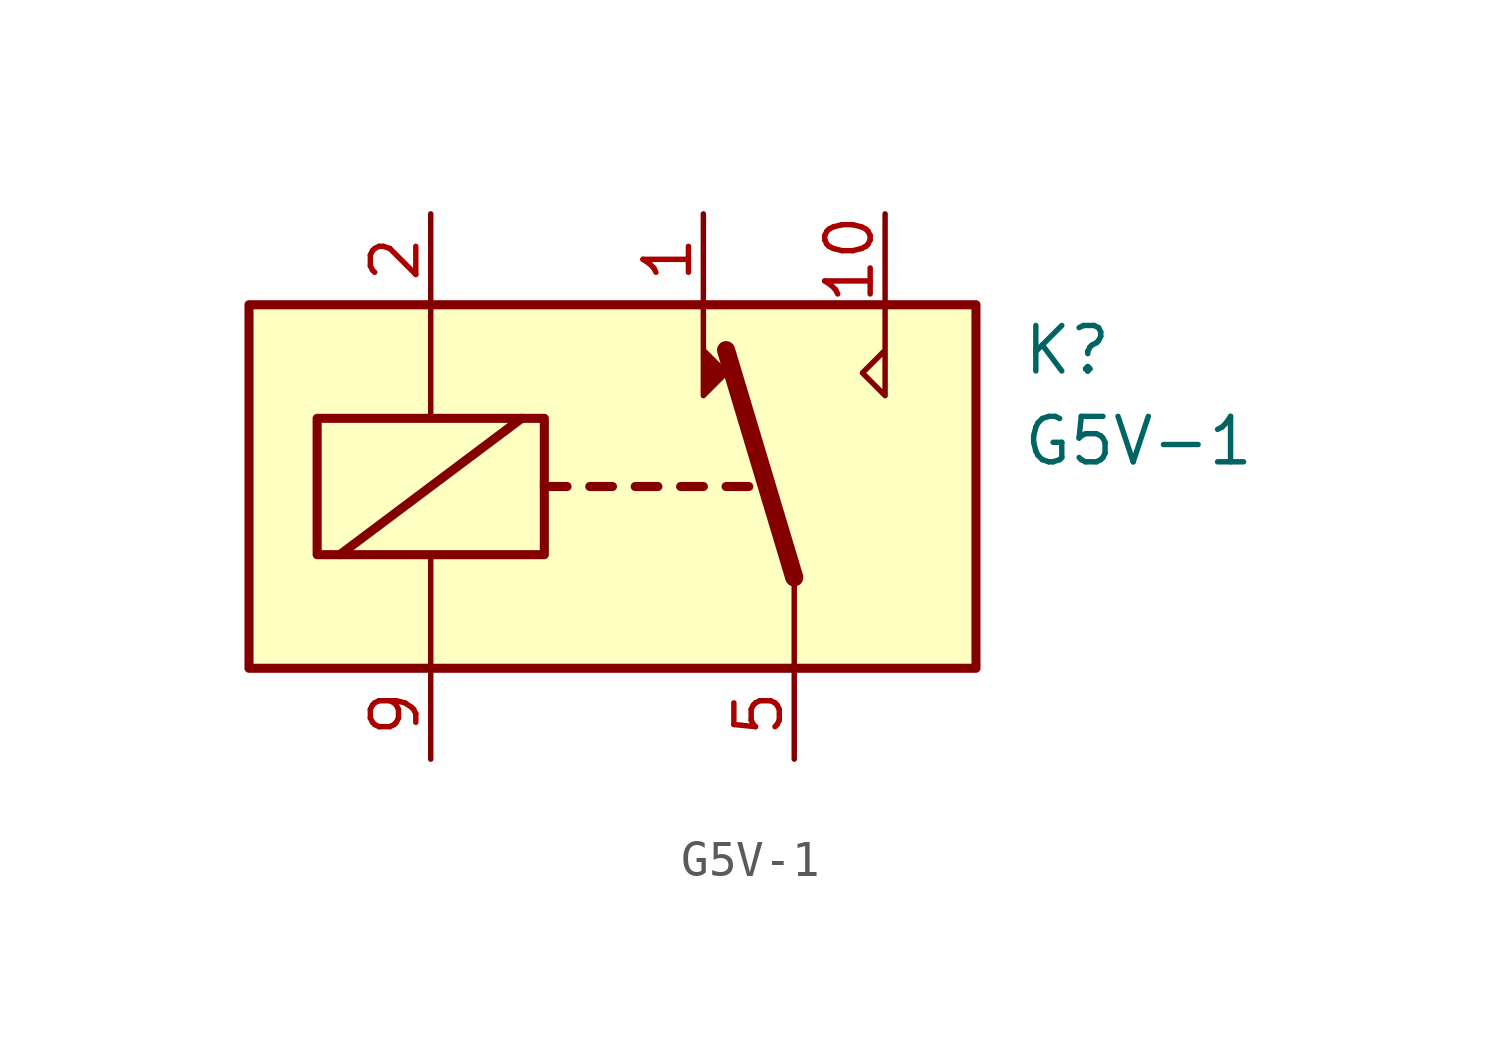
<source format=kicad_sym>
(kicad_symbol_lib
  (version 20220914)
  (generator kicad_symbol_editor)
  (symbol "G5V-1"
    (property "Reference" "K"
      (at 11.43 3.81 0)
      (effects (font (size 1.27 1.27)) (justify left)))
    (property "Value" "G5V-1"
      (at 11.43 1.27 0)
      (effects (font (size 1.27 1.27)) (justify left)))
    (symbol "G5V-1_0_0"
      (polyline (pts (xy 7.62 5.08) (xy 7.62 2.54) (xy 6.985 3.175) (xy 7.62 3.81)) (stroke (width 0) (type default)) (fill (type none))))
    (symbol "G5V-1_0_1"
      (rectangle (start -10.16 5.08) (end 10.16 -5.08) (stroke (width 0.254) (type default)) (fill (type background)))
      (rectangle (start -8.255 1.905) (end -1.905 -1.905) (stroke (width 0.254) (type default)) (fill (type none)))
      (polyline (pts (xy -7.62 -1.905) (xy -2.54 1.905)) (stroke (width 0.254) (type default)) (fill (type none)))
      (polyline (pts (xy -5.08 -5.08) (xy -5.08 -1.905)) (stroke (width 0) (type default)) (fill (type none)))
      (polyline (pts (xy -5.08 5.08) (xy -5.08 1.905)) (stroke (width 0) (type default)) (fill (type none)))
      (polyline (pts (xy -1.905 0) (xy -1.27 0)) (stroke (width 0.254) (type default)) (fill (type none)))
      (polyline (pts (xy -0.635 0) (xy 0 0)) (stroke (width 0.254) (type default)) (fill (type none)))
      (polyline (pts (xy 0.635 0) (xy 1.27 0)) (stroke (width 0.254) (type default)) (fill (type none)))
      (polyline (pts (xy 1.905 0) (xy 2.54 0)) (stroke (width 0.254) (type default)) (fill (type none)))
      (polyline (pts (xy 3.175 0) (xy 3.81 0)) (stroke (width 0.254) (type default)) (fill (type none)))
      (polyline (pts (xy 5.08 -2.54) (xy 3.175 3.81)) (stroke (width 0.508) (type default)) (fill (type none)))
      (polyline (pts (xy 5.08 -2.54) (xy 5.08 -5.08)) (stroke (width 0) (type default)) (fill (type none)))
      (polyline (pts (xy 2.54 5.08) (xy 2.54 2.54) (xy 3.175 3.175) (xy 2.54 3.81)) (stroke (width 0) (type default)) (fill (type outline))))
    (symbol "G5V-1_1_1"
      (pin passive line (at 2.54 7.62 270) (length 2.54) (name "" (effects (font (size 1.27 1.27)))) (number "1" (effects (font (size 1.27 1.27)))))
      (pin passive line (at 7.62 7.62 270) (length 2.54) (name "" (effects (font (size 1.27 1.27)))) (number "10" (effects (font (size 1.27 1.27)))))
      (pin passive line (at -5.08 7.62 270) (length 2.54) (name "" (effects (font (size 1.27 1.27)))) (number "2" (effects (font (size 1.27 1.27)))))
      (pin passive line (at 5.08 -7.62 90) (length 2.54) (name "" (effects (font (size 1.27 1.27)))) (number "5" (effects (font (size 1.27 1.27)))))
      (pin passive line (at 8.89 -7.62 90) (length 2.54) hide (name "" (effects (font (size 1.27 1.27)))) (number "6" (effects (font (size 1.27 1.27)))))
      (pin passive line (at -5.08 -7.62 90) (length 2.54) (name "" (effects (font (size 1.27 1.27)))) (number "9" (effects (font (size 1.27 1.27))))))))
</source>
